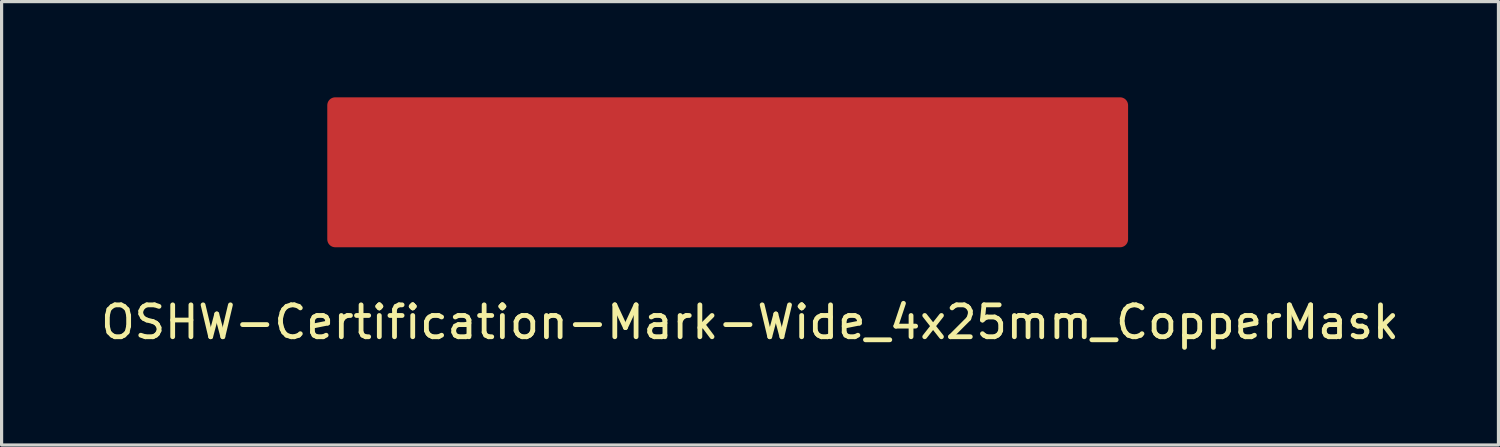
<source format=kicad_pcb>
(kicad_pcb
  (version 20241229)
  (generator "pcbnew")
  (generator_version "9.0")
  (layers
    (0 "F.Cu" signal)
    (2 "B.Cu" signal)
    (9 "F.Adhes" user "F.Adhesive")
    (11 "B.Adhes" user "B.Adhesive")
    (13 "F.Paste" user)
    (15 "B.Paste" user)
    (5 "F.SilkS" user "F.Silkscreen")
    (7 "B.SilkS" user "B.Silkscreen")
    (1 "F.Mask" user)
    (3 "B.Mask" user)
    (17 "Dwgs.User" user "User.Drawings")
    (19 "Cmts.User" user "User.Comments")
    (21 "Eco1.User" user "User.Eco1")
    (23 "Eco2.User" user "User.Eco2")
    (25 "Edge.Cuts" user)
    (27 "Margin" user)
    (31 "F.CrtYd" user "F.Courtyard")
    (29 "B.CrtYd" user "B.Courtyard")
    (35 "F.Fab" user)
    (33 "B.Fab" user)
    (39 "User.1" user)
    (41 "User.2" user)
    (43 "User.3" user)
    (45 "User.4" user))
  (footprint "OSHW-Certification-Mark-Wide_4x25mm_CopperMask"
    (layer "F.Cu")
    (at 20.458 3.05)
    (property "Reference" "OSHW-Certification-Mark-Wide_4x25mm_CopperMask" (at 0 4 0) (unlocked yes) (layer "F.SilkS") (effects (font (size 1 1) (thickness 0.15))))
    (attr board_only exclude_from_pos_files exclude_from_bom allow_missing_courtyard)
    (fp_rect (start -13 -2.8) (end 11.6 1.4) (stroke (width 0.5) (type solid)) (fill yes) (layer "F.Cu"))
    (fp_poly (pts (xy -10.714 -0.505) (xy -10.714 -0.505) (xy -10.714 -0.505)) (stroke (width 0) (type solid)) (fill yes) (layer "F.Mask"))
    (fp_poly (pts (xy -4.673 1.358) (xy -12.927 1.358) (xy -12.927 -2.45) (xy -6.14 -2.45) (xy -6.14 -2.114) (xy -12.592 -2.114) (xy -12.592 1.022) (xy -5.009 1.022) (xy -5.001 -2.45) (xy -4.673 -2.45)) (stroke (width 0) (type solid)) (fill yes) (layer "F.Mask"))
    (fp_poly (pts (xy -8.501 -0.683) (xy -7.776 -0.683) (xy -7.776 -1.486) (xy -7.51 -1.486) (xy -7.51 0.472) (xy -7.776 0.472) (xy -7.776 -0.46) (xy -8.501 -0.46) (xy -8.501 0.472) (xy -8.767 0.472) (xy -8.767 -1.486) (xy -8.501 -1.486)) (stroke (width 0) (type solid)) (fill yes) (layer "F.Mask"))
    (fp_poly (pts (xy -6.007 0.472) (xy -6.257 0.472) (xy -6.524 -0.691) (xy -6.788 0.472) (xy -7.039 0.472) (xy -7.331 -1.486) (xy -7.073 -1.486) (xy -6.885 0.103) (xy -6.663 -0.948) (xy -6.386 -0.948) (xy -6.16 0.106) (xy -5.525 -2.94) (xy -5.267 -2.94)) (stroke (width 0) (type solid)) (fill yes) (layer "F.Mask"))
    (fp_poly (pts (xy -11.329 -1.52) (xy -11.289 -1.517) (xy -11.251 -1.512) (xy -11.215 -1.505) (xy -11.179 -1.497) (xy -11.145 -1.486) (xy -11.112 -1.473) (xy -11.081 -1.458) (xy -11.05 -1.442) (xy -11.022 -1.423) (xy -10.994 -1.402) (xy -10.968 -1.38) (xy -10.943 -1.355) (xy -10.92 -1.328) (xy -10.898 -1.3) (xy -10.877 -1.269) (xy -10.857 -1.237) (xy -10.839 -1.202) (xy -10.822 -1.166) (xy -10.806 -1.127) (xy -10.791 -1.087) (xy -10.778 -1.044) (xy -10.766 -0.999) (xy -10.755 -0.952) (xy -10.745 -0.904) (xy -10.737 -0.853) (xy -10.73 -0.8) (xy -10.724 -0.745) (xy -10.72 -0.688) (xy -10.717 -0.629) (xy -10.715 -0.568) (xy -10.714 -0.505) (xy -10.715 -0.442) (xy -10.717 -0.381) (xy -10.72 -0.322) (xy -10.724 -0.266) (xy -10.73 -0.211) (xy -10.737 -0.158) (xy -10.745 -0.107) (xy -10.755 -0.059) (xy -10.766 -0.012) (xy -10.778 0.033) (xy -10.791 0.075) (xy -10.806 0.116) (xy -10.822 0.154) (xy -10.839 0.191) (xy -10.857 0.226) (xy -10.877 0.258) (xy -10.887 0.273) (xy -10.898 0.288) (xy -10.908 0.303) (xy -10.92 0.317) (xy -10.931 0.331) (xy -10.943 0.344) (xy -10.955 0.356) (xy -10.968 0.368) (xy -10.981 0.38) (xy -10.994 0.391) (xy -11.008 0.401) (xy -11.022 0.411) (xy -11.036 0.421) (xy -11.05 0.43) (xy -11.065 0.439) (xy -11.081 0.447) (xy -11.096 0.454) (xy -11.112 0.462) (xy -11.128 0.468) (xy -11.145 0.474) (xy -11.162 0.48) (xy -11.179 0.485) (xy -11.197 0.49) (xy -11.215 0.494) (xy -11.233 0.498) (xy -11.251 0.501) (xy -11.289 0.506) (xy -11.329 0.509) (xy -11.37 0.51) (xy -11.411 0.509) (xy -11.45 0.506) (xy -11.488 0.501) (xy -11.525 0.494) (xy -11.56 0.485) (xy -11.595 0.475) (xy -11.627 0.462) (xy -11.659 0.447) (xy -11.689 0.43) (xy -11.718 0.412) (xy -11.745 0.391) (xy -11.771 0.369) (xy -11.796 0.344) (xy -11.82 0.318) (xy -11.842 0.29) (xy -11.863 0.259) (xy -11.882 0.227) (xy -11.901 0.193) (xy -11.918 0.156) (xy -11.933 0.118) (xy -11.948 0.077) (xy -11.961 0.034) (xy -11.973 -0.01) (xy -11.984 -0.057) (xy -11.993 -0.106) (xy -12.001 -0.157) (xy -12.008 -0.21) (xy -12.014 -0.265) (xy -12.018 -0.322) (xy -12.021 -0.381) (xy -12.023 -0.442) (xy -12.024 -0.505) (xy -11.747 -0.505) (xy -11.746 -0.401) (xy -11.742 -0.305) (xy -11.735 -0.217) (xy -11.725 -0.136) (xy -11.72 -0.099) (xy -11.713 -0.063) (xy -11.706 -0.03) (xy -11.698 0.002) (xy -11.689 0.032) (xy -11.68 0.06) (xy -11.67 0.086) (xy -11.66 0.11) (xy -11.648 0.132) (xy -11.642 0.143) (xy -11.635 0.153) (xy -11.629 0.163) (xy -11.622 0.173) (xy -11.615 0.182) (xy -11.608 0.191) (xy -11.601 0.199) (xy -11.593 0.207) (xy -11.585 0.215) (xy -11.577 0.222) (xy -11.569 0.23) (xy -11.56 0.236) (xy -11.551 0.243) (xy -11.542 0.248) (xy -11.533 0.254) (xy -11.524 0.259) (xy -11.514 0.264) (xy -11.505 0.269) (xy -11.494 0.273) (xy -11.484 0.277) (xy -11.474 0.28) (xy -11.463 0.283) (xy -11.452 0.286) (xy -11.441 0.288) (xy -11.43 0.29) (xy -11.418 0.292) (xy -11.406 0.293) (xy -11.394 0.294) (xy -11.37 0.295) (xy -11.345 0.294) (xy -11.321 0.292) (xy -11.298 0.288) (xy -11.276 0.283) (xy -11.255 0.277) (xy -11.234 0.269) (xy -11.215 0.26) (xy -11.196 0.249) (xy -11.179 0.237) (xy -11.162 0.223) (xy -11.146 0.208) (xy -11.131 0.191) (xy -11.117 0.174) (xy -11.104 0.154) (xy -11.091 0.133) (xy -11.08 0.111) (xy -11.069 0.087) (xy -11.059 0.061) (xy -11.05 0.033) (xy -11.041 0.003) (xy -11.033 -0.028) (xy -11.026 -0.062) (xy -11.019 -0.098) (xy -11.013 -0.135) (xy -11.008 -0.175) (xy -11.003 -0.216) (xy -11 -0.26) (xy -10.996 -0.305) (xy -10.994 -0.352) (xy -10.992 -0.401) (xy -10.991 -0.452) (xy -10.991 -0.505) (xy -10.992 -0.609) (xy -10.996 -0.705) (xy -11.003 -0.794) (xy -11.013 -0.875) (xy -11.019 -0.912) (xy -11.026 -0.948) (xy -11.033 -0.982) (xy -11.041 -1.013) (xy -11.05 -1.043) (xy -11.059 -1.071) (xy -11.069 -1.097) (xy -11.08 -1.121) (xy -11.091 -1.144) (xy -11.097 -1.154) (xy -11.104 -1.165) (xy -11.11 -1.175) (xy -11.117 -1.184) (xy -11.124 -1.193) (xy -11.131 -1.202) (xy -11.138 -1.211) (xy -11.146 -1.219) (xy -11.154 -1.227) (xy -11.162 -1.234) (xy -11.17 -1.241) (xy -11.179 -1.248) (xy -11.187 -1.254) (xy -11.196 -1.26) (xy -11.206 -1.266) (xy -11.215 -1.271) (xy -11.225 -1.276) (xy -11.234 -1.28) (xy -11.244 -1.284) (xy -11.255 -1.288) (xy -11.265 -1.292) (xy -11.276 -1.295) (xy -11.287 -1.297) (xy -11.298 -1.3) (xy -11.309 -1.302) (xy -11.321 -1.303) (xy -11.333 -1.305) (xy -11.345 -1.305) (xy -11.37 -1.306) (xy -11.394 -1.305) (xy -11.418 -1.303) (xy -11.441 -1.3) (xy -11.463 -1.295) (xy -11.484 -1.288) (xy -11.505 -1.28) (xy -11.524 -1.271) (xy -11.542 -1.26) (xy -11.56 -1.248) (xy -11.577 -1.234) (xy -11.593 -1.219) (xy -11.608 -1.202) (xy -11.622 -1.184) (xy -11.635 -1.165) (xy -11.648 -1.144) (xy -11.66 -1.121) (xy -11.67 -1.097) (xy -11.68 -1.071) (xy -11.689 -1.043) (xy -11.698 -1.013) (xy -11.706 -0.982) (xy -11.713 -0.948) (xy -11.72 -0.912) (xy -11.725 -0.875) (xy -11.731 -0.835) (xy -11.735 -0.794) (xy -11.739 -0.751) (xy -11.742 -0.705) (xy -11.744 -0.658) (xy -11.746 -0.609) (xy -11.747 -0.558) (xy -11.747 -0.505) (xy -12.024 -0.505) (xy -12.024 -0.505) (xy -12.023 -0.568) (xy -12.021 -0.629) (xy -12.018 -0.688) (xy -12.014 -0.745) (xy -12.008 -0.8) (xy -12.001 -0.853) (xy -11.993 -0.904) (xy -11.984 -0.952) (xy -11.973 -0.999) (xy -11.961 -1.044) (xy -11.948 -1.087) (xy -11.933 -1.127) (xy -11.918 -1.166) (xy -11.901 -1.202) (xy -11.882 -1.237) (xy -11.863 -1.269) (xy -11.852 -1.285) (xy -11.842 -1.3) (xy -11.831 -1.314) (xy -11.819 -1.328) (xy -11.808 -1.342) (xy -11.796 -1.355) (xy -11.784 -1.368) (xy -11.771 -1.38) (xy -11.758 -1.391) (xy -11.745 -1.402) (xy -11.731 -1.413) (xy -11.717 -1.423) (xy -11.703 -1.432) (xy -11.688 -1.442) (xy -11.673 -1.45) (xy -11.658 -1.458) (xy -11.643 -1.466) (xy -11.627 -1.473) (xy -11.61 -1.48) (xy -11.594 -1.486) (xy -11.577 -1.491) (xy -11.56 -1.497) (xy -11.542 -1.501) (xy -11.524 -1.505) (xy -11.488 -1.512) (xy -11.45 -1.517) (xy -11.41 -1.52) (xy -11.37 -1.521)) (stroke (width 0) (type solid)) (fill yes) (layer "F.Mask"))
    (fp_poly (pts (xy -9.706 -1.52) (xy -9.677 -1.519) (xy -9.648 -1.517) (xy -9.619 -1.514) (xy -9.589 -1.511) (xy -9.559 -1.506) (xy -9.528 -1.501) (xy -9.497 -1.495) (xy -9.466 -1.488) (xy -9.434 -1.481) (xy -9.402 -1.472) (xy -9.369 -1.463) (xy -9.336 -1.453) (xy -9.303 -1.442) (xy -9.269 -1.431) (xy -9.235 -1.419) (xy -9.235 -1.15) (xy -9.265 -1.169) (xy -9.295 -1.186) (xy -9.326 -1.202) (xy -9.356 -1.218) (xy -9.386 -1.232) (xy -9.417 -1.244) (xy -9.447 -1.256) (xy -9.477 -1.266) (xy -9.508 -1.276) (xy -9.538 -1.284) (xy -9.568 -1.29) (xy -9.599 -1.296) (xy -9.629 -1.3) (xy -9.66 -1.303) (xy -9.691 -1.305) (xy -9.721 -1.306) (xy -9.744 -1.305) (xy -9.767 -1.304) (xy -9.789 -1.303) (xy -9.81 -1.3) (xy -9.831 -1.297) (xy -9.851 -1.293) (xy -9.87 -1.289) (xy -9.889 -1.284) (xy -9.907 -1.278) (xy -9.925 -1.272) (xy -9.942 -1.264) (xy -9.958 -1.256) (xy -9.974 -1.248) (xy -9.989 -1.239) (xy -10.004 -1.229) (xy -10.018 -1.218) (xy -10.031 -1.207) (xy -10.043 -1.195) (xy -10.055 -1.183) (xy -10.065 -1.171) (xy -10.075 -1.158) (xy -10.084 -1.144) (xy -10.092 -1.13) (xy -10.099 -1.116) (xy -10.106 -1.101) (xy -10.111 -1.086) (xy -10.116 -1.07) (xy -10.12 -1.054) (xy -10.123 -1.037) (xy -10.125 -1.019) (xy -10.126 -1.002) (xy -10.126 -0.983) (xy -10.126 -0.967) (xy -10.125 -0.952) (xy -10.124 -0.937) (xy -10.122 -0.922) (xy -10.119 -0.908) (xy -10.116 -0.895) (xy -10.113 -0.882) (xy -10.109 -0.869) (xy -10.104 -0.857) (xy -10.099 -0.845) (xy -10.093 -0.834) (xy -10.087 -0.823) (xy -10.08 -0.813) (xy -10.072 -0.803) (xy -10.064 -0.794) (xy -10.056 -0.785) (xy -10.046 -0.777) (xy -10.036 -0.769) (xy -10.024 -0.761) (xy -10.012 -0.753) (xy -9.999 -0.745) (xy -9.984 -0.737) (xy -9.969 -0.73) (xy -9.953 -0.723) (xy -9.935 -0.716) (xy -9.917 -0.709) (xy -9.898 -0.702) (xy -9.878 -0.696) (xy -9.857 -0.689) (xy -9.835 -0.683) (xy -9.812 -0.677) (xy -9.788 -0.671) (xy -9.649 -0.64) (xy -9.615 -0.631) (xy -9.583 -0.623) (xy -9.551 -0.613) (xy -9.521 -0.603) (xy -9.492 -0.592) (xy -9.464 -0.581) (xy -9.437 -0.57) (xy -9.411 -0.557) (xy -9.387 -0.544) (xy -9.363 -0.531) (xy -9.341 -0.517) (xy -9.32 -0.502) (xy -9.3 -0.487) (xy -9.282 -0.471) (xy -9.264 -0.455) (xy -9.248 -0.438) (xy -9.233 -0.42) (xy -9.218 -0.402) (xy -9.205 -0.383) (xy -9.193 -0.363) (xy -9.182 -0.342) (xy -9.171 -0.321) (xy -9.162 -0.298) (xy -9.154 -0.275) (xy -9.146 -0.251) (xy -9.14 -0.227) (xy -9.134 -0.201) (xy -9.13 -0.175) (xy -9.127 -0.148) (xy -9.124 -0.121) (xy -9.123 -0.092) (xy -9.122 -0.063) (xy -9.123 -0.028) (xy -9.125 0.005) (xy -9.128 0.037) (xy -9.133 0.068) (xy -9.139 0.099) (xy -9.146 0.128) (xy -9.155 0.156) (xy -9.165 0.183) (xy -9.177 0.209) (xy -9.19 0.234) (xy -9.204 0.259) (xy -9.219 0.282) (xy -9.236 0.304) (xy -9.255 0.324) (xy -9.274 0.344) (xy -9.295 0.363) (xy -9.317 0.381) (xy -9.341 0.398) (xy -9.366 0.413) (xy -9.392 0.427) (xy -9.419 0.441) (xy -9.447 0.453) (xy -9.477 0.464) (xy -9.508 0.473) (xy -9.54 0.482) (xy -9.573 0.489) (xy -9.608 0.496) (xy -9.643 0.501) (xy -9.68 0.505) (xy -9.719 0.508) (xy -9.758 0.509) (xy -9.799 0.51) (xy -9.833 0.51) (xy -9.868 0.508) (xy -9.902 0.506) (xy -9.937 0.503) (xy -9.971 0.498) (xy -10.006 0.493) (xy -10.041 0.487) (xy -10.075 0.48) (xy -10.11 0.472) (xy -10.145 0.464) (xy -10.18 0.454) (xy -10.215 0.444) (xy -10.25 0.432) (xy -10.284 0.42) (xy -10.319 0.406) (xy -10.355 0.392) (xy -10.355 0.11) (xy -10.317 0.133) (xy -10.28 0.155) (xy -10.244 0.175) (xy -10.208 0.193) (xy -10.173 0.21) (xy -10.138 0.225) (xy -10.104 0.239) (xy -10.07 0.25) (xy -10.036 0.261) (xy -10.002 0.27) (xy -9.969 0.278) (xy -9.935 0.284) (xy -9.901 0.289) (xy -9.867 0.292) (xy -9.833 0.294) (xy -9.799 0.295) (xy -9.774 0.295) (xy -9.75 0.294) (xy -9.727 0.292) (xy -9.704 0.289) (xy -9.682 0.286) (xy -9.661 0.283) (xy -9.64 0.278) (xy -9.62 0.273) (xy -9.601 0.267) (xy -9.583 0.26) (xy -9.565 0.253) (xy -9.548 0.245) (xy -9.532 0.236) (xy -9.516 0.227) (xy -9.501 0.217) (xy -9.487 0.206) (xy -9.473 0.194) (xy -9.46 0.182) (xy -9.449 0.169) (xy -9.438 0.156) (xy -9.428 0.142) (xy -9.419 0.128) (xy -9.41 0.113) (xy -9.403 0.098) (xy -9.396 0.082) (xy -9.391 0.065) (xy -9.386 0.048) (xy -9.382 0.03) (xy -9.379 0.012) (xy -9.377 -0.007) (xy -9.376 -0.026) (xy -9.375 -0.046) (xy -9.375 -0.064) (xy -9.376 -0.081) (xy -9.378 -0.098) (xy -9.38 -0.115) (xy -9.383 -0.131) (xy -9.386 -0.146) (xy -9.39 -0.161) (xy -9.394 -0.175) (xy -9.4 -0.189) (xy -9.405 -0.202) (xy -9.412 -0.215) (xy -9.419 -0.227) (xy -9.426 -0.239) (xy -9.434 -0.25) (xy -9.443 -0.26) (xy -9.453 -0.27) (xy -9.462 -0.28) (xy -9.473 -0.289) (xy -9.485 -0.298) (xy -9.498 -0.307) (xy -9.511 -0.315) (xy -9.526 -0.323) (xy -9.541 -0.331) (xy -9.557 -0.339) (xy -9.574 -0.346) (xy -9.592 -0.353) (xy -9.611 -0.36) (xy -9.631 -0.366) (xy -9.651 -0.372) (xy -9.673 -0.378) (xy -9.695 -0.384) (xy -9.719 -0.389) (xy -9.86 -0.422) (xy -9.894 -0.43) (xy -9.926 -0.439) (xy -9.957 -0.447) (xy -9.987 -0.457) (xy -10.016 -0.467) (xy -10.044 -0.477) (xy -10.07 -0.488) (xy -10.096 -0.499) (xy -10.12 -0.511) (xy -10.143 -0.524) (xy -10.165 -0.537) (xy -10.185 -0.55) (xy -10.205 -0.564) (xy -10.223 -0.578) (xy -10.24 -0.593) (xy -10.256 -0.608) (xy -10.271 -0.624) (xy -10.285 -0.641) (xy -10.298 -0.658) (xy -10.31 -0.676) (xy -10.321 -0.694) (xy -10.331 -0.714) (xy -10.34 -0.734) (xy -10.349 -0.754) (xy -10.356 -0.775) (xy -10.362 -0.797) (xy -10.367 -0.82) (xy -10.372 -0.843) (xy -10.375 -0.867) (xy -10.378 -0.892) (xy -10.379 -0.917) (xy -10.379 -0.943) (xy -10.379 -0.975) (xy -10.377 -1.007) (xy -10.373 -1.037) (xy -10.368 -1.067) (xy -10.362 -1.096) (xy -10.355 -1.125) (xy -10.346 -1.152) (xy -10.336 -1.179) (xy -10.324 -1.204) (xy -10.311 -1.229) (xy -10.296 -1.254) (xy -10.281 -1.277) (xy -10.263 -1.3) (xy -10.245 -1.321) (xy -10.225 -1.342) (xy -10.204 -1.362) (xy -10.181 -1.381) (xy -10.158 -1.399) (xy -10.133 -1.416) (xy -10.108 -1.432) (xy -10.082 -1.446) (xy -10.055 -1.459) (xy -10.027 -1.471) (xy -9.998 -1.481) (xy -9.968 -1.49) (xy -9.937 -1.499) (xy -9.906 -1.505) (xy -9.873 -1.511) (xy -9.84 -1.515) (xy -9.806 -1.518) (xy -9.77 -1.52) (xy -9.734 -1.521)) (stroke (width 0) (type solid)) (fill yes) (layer "F.Mask"))
    (fp_text user "XX000000" (at -4 -0.4 0) (unlocked yes) (layer "F.Mask") (effects (font (size 2 2) (thickness 0.3)) (justify left))))
  (gr_rect
    (start -3 -3)
    (end 43.917 10.898)
    (stroke (width 0.1) (type default))
    (fill no)
    (layer "Edge.Cuts")))
</source>
